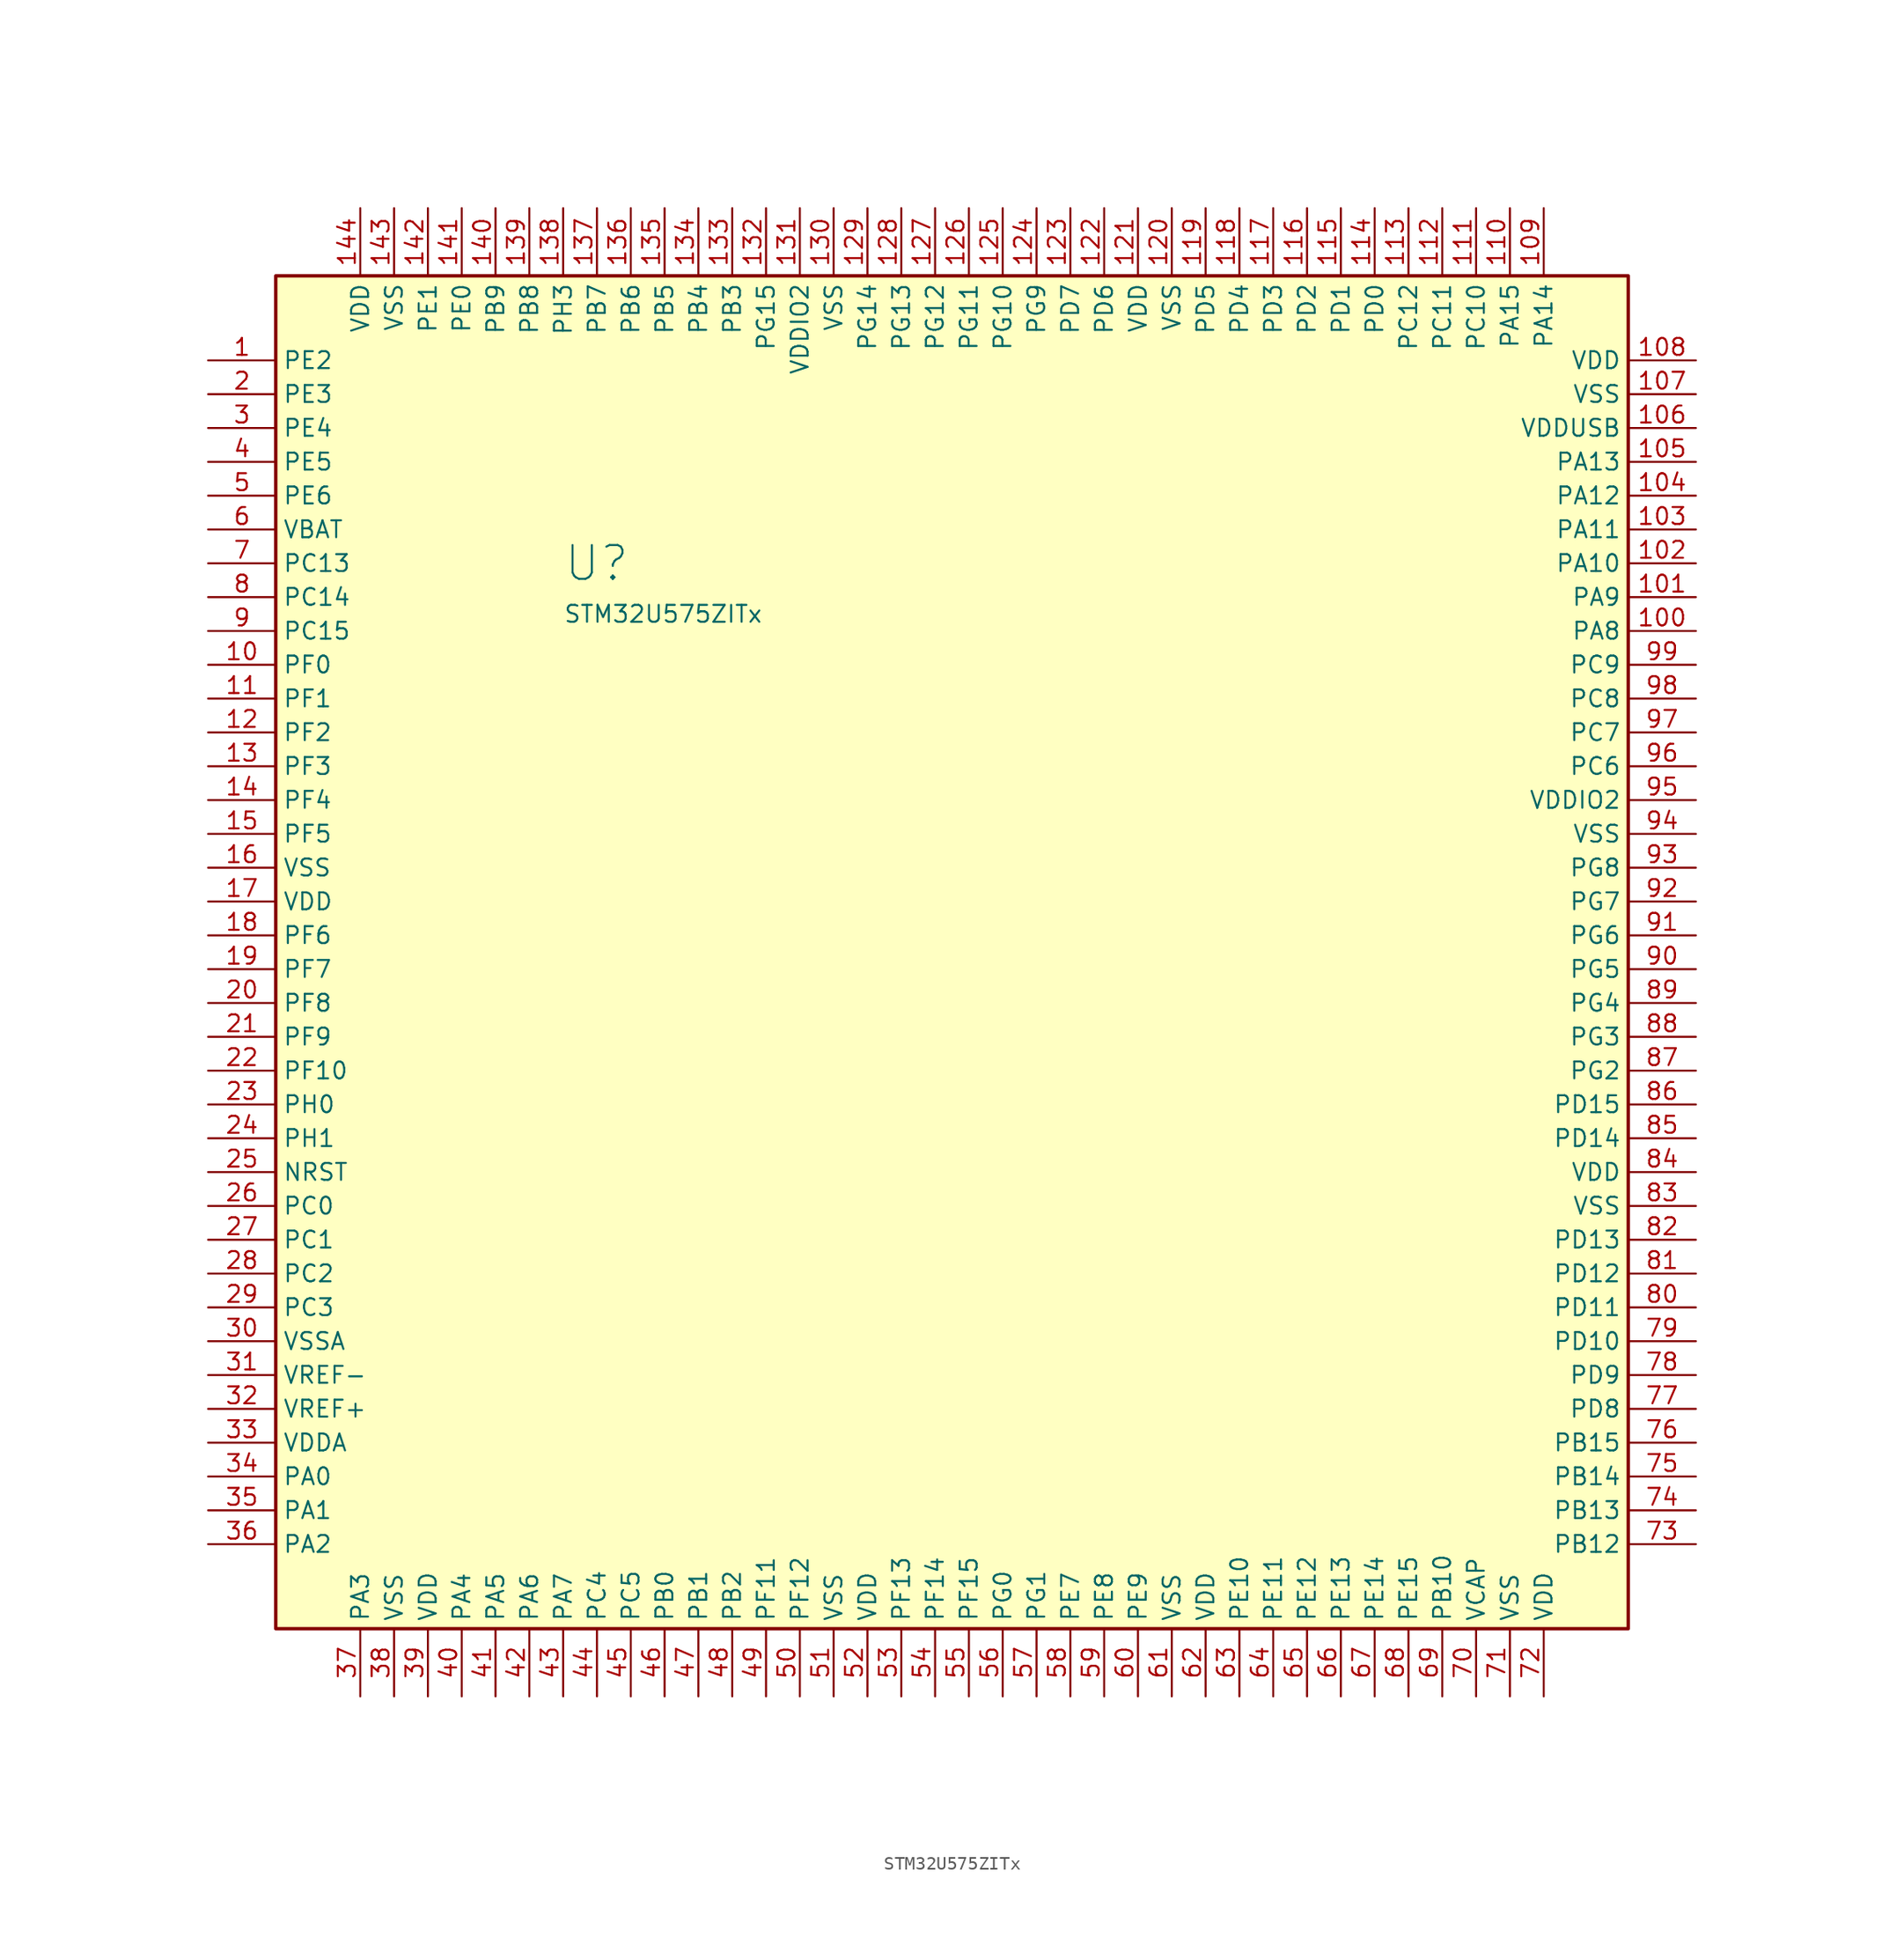
<source format=kicad_sym>
(kicad_symbol_lib
  (version 20220914)
  (generator kicad_symbol_editor)
  (symbol "STM32U575ZITx"
    (property "Reference" "U"
      (at -29.21 29.21 0)
      (effects (font (size 2.54 2.54)) (justify left)))
    (property "Value" "STM32U575ZITx"
      (at -29.21 25.4 0)
      (effects (font (size 1.27 1.27)) (justify left)))
    (property "ki_locked" ""
      (at 0 0 0)
      (effects (font (size 1.27 1.27))))
    (symbol "STM32U575ZITx_0_1"
      (rectangle (start -50.8 50.8) (end 50.8 -50.8) (stroke (width 0.254) (type default)) (fill (type background))))
    (symbol "STM32U575ZITx_1_1"
      (pin bidirectional line (at -55.88 44.45 0) (length 5.08) (name "PE2" (effects (font (size 1.27 1.27)))) (number "1" (effects (font (size 1.27 1.27)))) (alternate "DEBUG_TRACECLK" bidirectional line) (alternate "FMC_A23" bidirectional line) (alternate "SAI1_CK1" bidirectional line) (alternate "SAI1_MCLK_A" bidirectional line) (alternate "TIM3_ETR" bidirectional line) (alternate "TSC_G7_IO1" bidirectional line))
      (pin bidirectional line (at -55.88 21.59 0) (length 5.08) (name "PF0" (effects (font (size 1.27 1.27)))) (number "10" (effects (font (size 1.27 1.27)))) (alternate "FMC_A0" bidirectional line) (alternate "I2C2_SDA" bidirectional line) (alternate "OCTOSPIM_P2_IO0" bidirectional line))
      (pin bidirectional line (at 55.88 24.13 180) (length 5.08) (name "PA8" (effects (font (size 1.27 1.27)))) (number "100" (effects (font (size 1.27 1.27)))) (alternate "DEBUG_TRACECLK" bidirectional line) (alternate "LPTIM2_CH1" bidirectional line) (alternate "RCC_MCO" bidirectional line) (alternate "SAI1_CK2" bidirectional line) (alternate "SAI1_SCK_A" bidirectional line) (alternate "SPI1_RDY" bidirectional line) (alternate "TIM1_CH1" bidirectional line) (alternate "USART1_CK" bidirectional line) (alternate "USB_OTG_FS_SOF" bidirectional line))
      (pin bidirectional line (at 55.88 26.67 180) (length 5.08) (name "PA9" (effects (font (size 1.27 1.27)))) (number "101" (effects (font (size 1.27 1.27)))) (alternate "DAC1_EXTI9" bidirectional line) (alternate "DCMI_D0" bidirectional line) (alternate "PSSI_D0" bidirectional line) (alternate "SAI1_FS_A" bidirectional line) (alternate "SPI2_SCK" bidirectional line) (alternate "TIM15_BKIN" bidirectional line) (alternate "TIM1_CH2" bidirectional line) (alternate "USART1_TX" bidirectional line) (alternate "USB_OTG_FS_VBUS" bidirectional line))
      (pin bidirectional line (at 55.88 29.21 180) (length 5.08) (name "PA10" (effects (font (size 1.27 1.27)))) (number "102" (effects (font (size 1.27 1.27)))) (alternate "CRS_SYNC" bidirectional line) (alternate "DCMI_D1" bidirectional line) (alternate "LPTIM2_IN2" bidirectional line) (alternate "PSSI_D1" bidirectional line) (alternate "SAI1_D1" bidirectional line) (alternate "SAI1_SD_A" bidirectional line) (alternate "TIM17_BKIN" bidirectional line) (alternate "TIM1_CH3" bidirectional line) (alternate "USART1_RX" bidirectional line) (alternate "USB_OTG_FS_ID" bidirectional line))
      (pin bidirectional line (at 55.88 31.75 180) (length 5.08) (name "PA11" (effects (font (size 1.27 1.27)))) (number "103" (effects (font (size 1.27 1.27)))) (alternate "ADC1_EXTI11" bidirectional line) (alternate "FDCAN1_RX" bidirectional line) (alternate "SPI1_MISO" bidirectional line) (alternate "TIM1_BKIN2" bidirectional line) (alternate "TIM1_CH4" bidirectional line) (alternate "USART1_CTS" bidirectional line) (alternate "USB_OTG_FS_DM" bidirectional line))
      (pin bidirectional line (at 55.88 34.29 180) (length 5.08) (name "PA12" (effects (font (size 1.27 1.27)))) (number "104" (effects (font (size 1.27 1.27)))) (alternate "FDCAN1_TX" bidirectional line) (alternate "OCTOSPIM_P2_NCS" bidirectional line) (alternate "SPI1_MOSI" bidirectional line) (alternate "TIM1_ETR" bidirectional line) (alternate "USART1_DE" bidirectional line) (alternate "USART1_RTS" bidirectional line) (alternate "USB_OTG_FS_DP" bidirectional line))
      (pin bidirectional line (at 55.88 36.83 180) (length 5.08) (name "PA13" (effects (font (size 1.27 1.27)))) (number "105" (effects (font (size 1.27 1.27)))) (alternate "DEBUG_JTMS-SWDIO" bidirectional line) (alternate "IR_OUT" bidirectional line) (alternate "SAI1_SD_B" bidirectional line) (alternate "USB_OTG_FS_NOE" bidirectional line))
      (pin power_in line (at 55.88 39.37 180) (length 5.08) (name "VDDUSB" (effects (font (size 1.27 1.27)))) (number "106" (effects (font (size 1.27 1.27)))))
      (pin passive line (at 55.88 41.91 180) (length 5.08) (name "VSS" (effects (font (size 1.27 1.27)))) (number "107" (effects (font (size 1.27 1.27)))))
      (pin power_in line (at 55.88 44.45 180) (length 5.08) (name "VDD" (effects (font (size 1.27 1.27)))) (number "108" (effects (font (size 1.27 1.27)))))
      (pin bidirectional line (at 44.45 55.88 270) (length 5.08) (name "PA14" (effects (font (size 1.27 1.27)))) (number "109" (effects (font (size 1.27 1.27)))) (alternate "DEBUG_JTCK-SWCLK" bidirectional line) (alternate "I2C1_SMBA" bidirectional line) (alternate "I2C4_SMBA" bidirectional line) (alternate "LPTIM1_CH1" bidirectional line) (alternate "SAI1_FS_B" bidirectional line) (alternate "USB_OTG_FS_SOF" bidirectional line))
      (pin bidirectional line (at -55.88 19.05 0) (length 5.08) (name "PF1" (effects (font (size 1.27 1.27)))) (number "11" (effects (font (size 1.27 1.27)))) (alternate "FMC_A1" bidirectional line) (alternate "I2C2_SCL" bidirectional line) (alternate "OCTOSPIM_P2_IO1" bidirectional line))
      (pin bidirectional line (at 41.91 55.88 270) (length 5.08) (name "PA15" (effects (font (size 1.27 1.27)))) (number "110" (effects (font (size 1.27 1.27)))) (alternate "ADC1_EXTI15" bidirectional line) (alternate "ADC4_EXTI15" bidirectional line) (alternate "DEBUG_JTDI" bidirectional line) (alternate "SAI2_FS_B" bidirectional line) (alternate "SPI1_NSS" bidirectional line) (alternate "SPI3_NSS" bidirectional line) (alternate "TIM2_CH1" bidirectional line) (alternate "TIM2_ETR" bidirectional line) (alternate "UART4_DE" bidirectional line) (alternate "UART4_RTS" bidirectional line) (alternate "UCPD1_CC1" bidirectional line) (alternate "USART2_RX" bidirectional line) (alternate "USART3_DE" bidirectional line) (alternate "USART3_RTS" bidirectional line))
      (pin bidirectional line (at 39.37 55.88 270) (length 5.08) (name "PC10" (effects (font (size 1.27 1.27)))) (number "111" (effects (font (size 1.27 1.27)))) (alternate "ADF1_CCK1" bidirectional line) (alternate "DCMI_D8" bidirectional line) (alternate "DEBUG_TRACED1" bidirectional line) (alternate "LPTIM3_ETR" bidirectional line) (alternate "PSSI_D8" bidirectional line) (alternate "SAI2_SCK_B" bidirectional line) (alternate "SDMMC1_D2" bidirectional line) (alternate "SPI3_SCK" bidirectional line) (alternate "TSC_G3_IO2" bidirectional line) (alternate "UART4_TX" bidirectional line) (alternate "USART3_TX" bidirectional line))
      (pin bidirectional line (at 36.83 55.88 270) (length 5.08) (name "PC11" (effects (font (size 1.27 1.27)))) (number "112" (effects (font (size 1.27 1.27)))) (alternate "ADC1_EXTI11" bidirectional line) (alternate "ADF1_SDI0" bidirectional line) (alternate "DCMI_D2" bidirectional line) (alternate "DCMI_D4" bidirectional line) (alternate "LPTIM3_IN1" bidirectional line) (alternate "OCTOSPIM_P1_NCS" bidirectional line) (alternate "PSSI_D2" bidirectional line) (alternate "PSSI_D4" bidirectional line) (alternate "SAI2_MCLK_B" bidirectional line) (alternate "SDMMC1_D3" bidirectional line) (alternate "SPI3_MISO" bidirectional line) (alternate "TSC_G3_IO3" bidirectional line) (alternate "UART4_RX" bidirectional line) (alternate "UCPD1_FRSTX2" bidirectional line) (alternate "USART3_RX" bidirectional line))
      (pin bidirectional line (at 34.29 55.88 270) (length 5.08) (name "PC12" (effects (font (size 1.27 1.27)))) (number "113" (effects (font (size 1.27 1.27)))) (alternate "DCMI_D9" bidirectional line) (alternate "DEBUG_TRACED3" bidirectional line) (alternate "PSSI_D9" bidirectional line) (alternate "SAI2_SD_B" bidirectional line) (alternate "SDMMC1_CK" bidirectional line) (alternate "SPI3_MOSI" bidirectional line) (alternate "TSC_G3_IO4" bidirectional line) (alternate "UART5_TX" bidirectional line) (alternate "USART3_CK" bidirectional line))
      (pin bidirectional line (at 31.75 55.88 270) (length 5.08) (name "PD0" (effects (font (size 1.27 1.27)))) (number "114" (effects (font (size 1.27 1.27)))) (alternate "FDCAN1_RX" bidirectional line) (alternate "FMC_D2" bidirectional line) (alternate "FMC_DA2" bidirectional line) (alternate "SPI2_NSS" bidirectional line) (alternate "TIM8_CH4N" bidirectional line))
      (pin bidirectional line (at 29.21 55.88 270) (length 5.08) (name "PD1" (effects (font (size 1.27 1.27)))) (number "115" (effects (font (size 1.27 1.27)))) (alternate "FDCAN1_TX" bidirectional line) (alternate "FMC_D3" bidirectional line) (alternate "FMC_DA3" bidirectional line) (alternate "SPI2_SCK" bidirectional line))
      (pin bidirectional line (at 26.67 55.88 270) (length 5.08) (name "PD2" (effects (font (size 1.27 1.27)))) (number "116" (effects (font (size 1.27 1.27)))) (alternate "DCMI_D11" bidirectional line) (alternate "DEBUG_TRACED2" bidirectional line) (alternate "LPTIM4_ETR" bidirectional line) (alternate "PSSI_D11" bidirectional line) (alternate "SDMMC1_CMD" bidirectional line) (alternate "TIM3_ETR" bidirectional line) (alternate "TSC_SYNC" bidirectional line) (alternate "UART5_RX" bidirectional line) (alternate "USART3_DE" bidirectional line) (alternate "USART3_RTS" bidirectional line))
      (pin bidirectional line (at 24.13 55.88 270) (length 5.08) (name "PD3" (effects (font (size 1.27 1.27)))) (number "117" (effects (font (size 1.27 1.27)))) (alternate "DCMI_D5" bidirectional line) (alternate "FMC_CLK" bidirectional line) (alternate "MDF1_SDI0" bidirectional line) (alternate "OCTOSPIM_P2_NCS" bidirectional line) (alternate "PSSI_D5" bidirectional line) (alternate "SPI2_MISO" bidirectional line) (alternate "SPI2_SCK" bidirectional line) (alternate "USART2_CTS" bidirectional line))
      (pin bidirectional line (at 21.59 55.88 270) (length 5.08) (name "PD4" (effects (font (size 1.27 1.27)))) (number "118" (effects (font (size 1.27 1.27)))) (alternate "FMC_NOE" bidirectional line) (alternate "MDF1_CKI0" bidirectional line) (alternate "OCTOSPIM_P1_IO4" bidirectional line) (alternate "SPI2_MOSI" bidirectional line) (alternate "USART2_DE" bidirectional line) (alternate "USART2_RTS" bidirectional line))
      (pin bidirectional line (at 19.05 55.88 270) (length 5.08) (name "PD5" (effects (font (size 1.27 1.27)))) (number "119" (effects (font (size 1.27 1.27)))) (alternate "FMC_NWE" bidirectional line) (alternate "OCTOSPIM_P1_IO5" bidirectional line) (alternate "SPI2_RDY" bidirectional line) (alternate "USART2_TX" bidirectional line))
      (pin bidirectional line (at -55.88 16.51 0) (length 5.08) (name "PF2" (effects (font (size 1.27 1.27)))) (number "12" (effects (font (size 1.27 1.27)))) (alternate "FMC_A2" bidirectional line) (alternate "I2C2_SMBA" bidirectional line) (alternate "LPTIM3_CH2" bidirectional line) (alternate "OCTOSPIM_P2_IO2" bidirectional line) (alternate "PWR_WKUP8" bidirectional line))
      (pin passive line (at 16.51 55.88 270) (length 5.08) (name "VSS" (effects (font (size 1.27 1.27)))) (number "120" (effects (font (size 1.27 1.27)))))
      (pin power_in line (at 13.97 55.88 270) (length 5.08) (name "VDD" (effects (font (size 1.27 1.27)))) (number "121" (effects (font (size 1.27 1.27)))))
      (pin bidirectional line (at 11.43 55.88 270) (length 5.08) (name "PD6" (effects (font (size 1.27 1.27)))) (number "122" (effects (font (size 1.27 1.27)))) (alternate "DCMI_D10" bidirectional line) (alternate "FMC_NWAIT" bidirectional line) (alternate "MDF1_SDI1" bidirectional line) (alternate "OCTOSPIM_P1_IO6" bidirectional line) (alternate "PSSI_D10" bidirectional line) (alternate "SAI1_D1" bidirectional line) (alternate "SAI1_SD_A" bidirectional line) (alternate "SDMMC2_CK" bidirectional line) (alternate "SPI3_MOSI" bidirectional line) (alternate "USART2_RX" bidirectional line))
      (pin bidirectional line (at 8.89 55.88 270) (length 5.08) (name "PD7" (effects (font (size 1.27 1.27)))) (number "123" (effects (font (size 1.27 1.27)))) (alternate "FMC_NCE" bidirectional line) (alternate "FMC_NE1" bidirectional line) (alternate "LPTIM4_OUT" bidirectional line) (alternate "MDF1_CKI1" bidirectional line) (alternate "OCTOSPIM_P1_IO7" bidirectional line) (alternate "SDMMC2_CMD" bidirectional line) (alternate "USART2_CK" bidirectional line))
      (pin bidirectional line (at 6.35 55.88 270) (length 5.08) (name "PG9" (effects (font (size 1.27 1.27)))) (number "124" (effects (font (size 1.27 1.27)))) (alternate "DAC1_EXTI9" bidirectional line) (alternate "FMC_NCE" bidirectional line) (alternate "FMC_NE2" bidirectional line) (alternate "OCTOSPIM_P2_IO6" bidirectional line) (alternate "SAI2_SCK_A" bidirectional line) (alternate "SPI3_SCK" bidirectional line) (alternate "TIM15_CH1N" bidirectional line) (alternate "USART1_TX" bidirectional line))
      (pin bidirectional line (at 3.81 55.88 270) (length 5.08) (name "PG10" (effects (font (size 1.27 1.27)))) (number "125" (effects (font (size 1.27 1.27)))) (alternate "FMC_NE3" bidirectional line) (alternate "LPTIM1_IN1" bidirectional line) (alternate "OCTOSPIM_P2_IO7" bidirectional line) (alternate "SAI2_FS_A" bidirectional line) (alternate "SPI3_MISO" bidirectional line) (alternate "TIM15_CH1" bidirectional line) (alternate "USART1_RX" bidirectional line))
      (pin bidirectional line (at 1.27 55.88 270) (length 5.08) (name "PG11" (effects (font (size 1.27 1.27)))) (number "126" (effects (font (size 1.27 1.27)))) (alternate "ADC1_EXTI11" bidirectional line) (alternate "LPTIM1_IN2" bidirectional line) (alternate "OCTOSPIM_P1_IO5" bidirectional line) (alternate "SAI2_MCLK_A" bidirectional line) (alternate "SPI3_MOSI" bidirectional line) (alternate "TIM15_CH2" bidirectional line) (alternate "USART1_CTS" bidirectional line))
      (pin bidirectional line (at -1.27 55.88 270) (length 5.08) (name "PG12" (effects (font (size 1.27 1.27)))) (number "127" (effects (font (size 1.27 1.27)))) (alternate "FMC_NE4" bidirectional line) (alternate "LPTIM1_ETR" bidirectional line) (alternate "OCTOSPIM_P2_NCS" bidirectional line) (alternate "SAI2_SD_A" bidirectional line) (alternate "SPI3_NSS" bidirectional line) (alternate "USART1_DE" bidirectional line) (alternate "USART1_RTS" bidirectional line))
      (pin bidirectional line (at -3.81 55.88 270) (length 5.08) (name "PG13" (effects (font (size 1.27 1.27)))) (number "128" (effects (font (size 1.27 1.27)))) (alternate "FMC_A24" bidirectional line) (alternate "I2C1_SDA" bidirectional line) (alternate "SPI3_RDY" bidirectional line) (alternate "USART1_CK" bidirectional line))
      (pin bidirectional line (at -6.35 55.88 270) (length 5.08) (name "PG14" (effects (font (size 1.27 1.27)))) (number "129" (effects (font (size 1.27 1.27)))) (alternate "FMC_A25" bidirectional line) (alternate "I2C1_SCL" bidirectional line) (alternate "LPTIM1_CH2" bidirectional line))
      (pin bidirectional line (at -55.88 13.97 0) (length 5.08) (name "PF3" (effects (font (size 1.27 1.27)))) (number "13" (effects (font (size 1.27 1.27)))) (alternate "FMC_A3" bidirectional line) (alternate "LPTIM3_IN1" bidirectional line) (alternate "OCTOSPIM_P2_IO3" bidirectional line))
      (pin passive line (at -8.89 55.88 270) (length 5.08) (name "VSS" (effects (font (size 1.27 1.27)))) (number "130" (effects (font (size 1.27 1.27)))))
      (pin power_in line (at -11.43 55.88 270) (length 5.08) (name "VDDIO2" (effects (font (size 1.27 1.27)))) (number "131" (effects (font (size 1.27 1.27)))))
      (pin bidirectional line (at -13.97 55.88 270) (length 5.08) (name "PG15" (effects (font (size 1.27 1.27)))) (number "132" (effects (font (size 1.27 1.27)))) (alternate "ADC1_EXTI15" bidirectional line) (alternate "ADC4_EXTI15" bidirectional line) (alternate "DCMI_D13" bidirectional line) (alternate "I2C1_SMBA" bidirectional line) (alternate "LPTIM1_CH1" bidirectional line) (alternate "OCTOSPIM_P2_DQS" bidirectional line) (alternate "PSSI_D13" bidirectional line))
      (pin bidirectional line (at -16.51 55.88 270) (length 5.08) (name "PB3" (effects (font (size 1.27 1.27)))) (number "133" (effects (font (size 1.27 1.27)))) (alternate "ADF1_CCK0" bidirectional line) (alternate "COMP2_INM" bidirectional line) (alternate "CRS_SYNC" bidirectional line) (alternate "DEBUG_JTDO-SWO" bidirectional line) (alternate "I2C1_SDA" bidirectional line) (alternate "LPTIM1_CH1" bidirectional line) (alternate "SAI1_SCK_B" bidirectional line) (alternate "SDMMC2_D2" bidirectional line) (alternate "SPI1_SCK" bidirectional line) (alternate "SPI3_SCK" bidirectional line) (alternate "TIM2_CH2" bidirectional line) (alternate "USART1_DE" bidirectional line) (alternate "USART1_RTS" bidirectional line))
      (pin bidirectional line (at -19.05 55.88 270) (length 5.08) (name "PB4" (effects (font (size 1.27 1.27)))) (number "134" (effects (font (size 1.27 1.27)))) (alternate "ADF1_SDI0" bidirectional line) (alternate "COMP2_INP" bidirectional line) (alternate "DCMI_D12" bidirectional line) (alternate "DEBUG_JTRST" bidirectional line) (alternate "I2C3_SDA" bidirectional line) (alternate "LPTIM1_CH2" bidirectional line) (alternate "PSSI_D12" bidirectional line) (alternate "SAI1_MCLK_B" bidirectional line) (alternate "SDMMC2_D3" bidirectional line) (alternate "SPI1_MISO" bidirectional line) (alternate "SPI3_MISO" bidirectional line) (alternate "TIM17_BKIN" bidirectional line) (alternate "TIM3_CH1" bidirectional line) (alternate "TSC_G2_IO1" bidirectional line) (alternate "UART5_DE" bidirectional line) (alternate "UART5_RTS" bidirectional line) (alternate "USART1_CTS" bidirectional line))
      (pin bidirectional line (at -21.59 55.88 270) (length 5.08) (name "PB5" (effects (font (size 1.27 1.27)))) (number "135" (effects (font (size 1.27 1.27)))) (alternate "COMP2_OUT" bidirectional line) (alternate "DCMI_D10" bidirectional line) (alternate "I2C1_SMBA" bidirectional line) (alternate "LPTIM1_IN1" bidirectional line) (alternate "OCTOSPIM_P1_NCLK" bidirectional line) (alternate "PSSI_D10" bidirectional line) (alternate "PWR_WKUP6" bidirectional line) (alternate "SAI1_SD_B" bidirectional line) (alternate "SPI1_MOSI" bidirectional line) (alternate "SPI3_MOSI" bidirectional line) (alternate "TIM16_BKIN" bidirectional line) (alternate "TIM3_CH2" bidirectional line) (alternate "TSC_G2_IO2" bidirectional line) (alternate "UART5_CTS" bidirectional line) (alternate "UCPD1_DBCC1" bidirectional line) (alternate "USART1_CK" bidirectional line))
      (pin bidirectional line (at -24.13 55.88 270) (length 5.08) (name "PB6" (effects (font (size 1.27 1.27)))) (number "136" (effects (font (size 1.27 1.27)))) (alternate "COMP2_INP" bidirectional line) (alternate "DCMI_D5" bidirectional line) (alternate "I2C1_SCL" bidirectional line) (alternate "I2C4_SCL" bidirectional line) (alternate "LPTIM1_ETR" bidirectional line) (alternate "MDF1_SDI5" bidirectional line) (alternate "PSSI_D5" bidirectional line) (alternate "PWR_WKUP3" bidirectional line) (alternate "SAI1_FS_B" bidirectional line) (alternate "TIM16_CH1N" bidirectional line) (alternate "TIM4_CH1" bidirectional line) (alternate "TIM8_BKIN2" bidirectional line) (alternate "TSC_G2_IO3" bidirectional line) (alternate "USART1_TX" bidirectional line))
      (pin bidirectional line (at -26.67 55.88 270) (length 5.08) (name "PB7" (effects (font (size 1.27 1.27)))) (number "137" (effects (font (size 1.27 1.27)))) (alternate "COMP2_INM" bidirectional line) (alternate "DCMI_VSYNC" bidirectional line) (alternate "FMC_NL" bidirectional line) (alternate "I2C1_SDA" bidirectional line) (alternate "I2C4_SDA" bidirectional line) (alternate "LPTIM1_IN2" bidirectional line) (alternate "MDF1_CKI5" bidirectional line) (alternate "PSSI_RDY" bidirectional line) (alternate "PWR_PVD_IN" bidirectional line) (alternate "PWR_WKUP4" bidirectional line) (alternate "TIM17_CH1N" bidirectional line) (alternate "TIM4_CH2" bidirectional line) (alternate "TIM8_BKIN" bidirectional line) (alternate "TSC_G2_IO4" bidirectional line) (alternate "UART4_CTS" bidirectional line) (alternate "USART1_RX" bidirectional line))
      (pin bidirectional line (at -29.21 55.88 270) (length 5.08) (name "PH3" (effects (font (size 1.27 1.27)))) (number "138" (effects (font (size 1.27 1.27)))))
      (pin bidirectional line (at -31.75 55.88 270) (length 5.08) (name "PB8" (effects (font (size 1.27 1.27)))) (number "139" (effects (font (size 1.27 1.27)))) (alternate "DCMI_D6" bidirectional line) (alternate "FDCAN1_RX" bidirectional line) (alternate "I2C1_SCL" bidirectional line) (alternate "MDF1_CCK0" bidirectional line) (alternate "PSSI_D6" bidirectional line) (alternate "PWR_WKUP5" bidirectional line) (alternate "SAI1_CK1" bidirectional line) (alternate "SAI1_MCLK_A" bidirectional line) (alternate "SDMMC1_CKIN" bidirectional line) (alternate "SDMMC1_D4" bidirectional line) (alternate "SDMMC2_D4" bidirectional line) (alternate "SPI3_RDY" bidirectional line) (alternate "TIM16_CH1" bidirectional line) (alternate "TIM4_CH3" bidirectional line))
      (pin bidirectional line (at -55.88 11.43 0) (length 5.08) (name "PF4" (effects (font (size 1.27 1.27)))) (number "14" (effects (font (size 1.27 1.27)))) (alternate "FMC_A4" bidirectional line) (alternate "LPTIM3_ETR" bidirectional line) (alternate "OCTOSPIM_P2_CLK" bidirectional line))
      (pin bidirectional line (at -34.29 55.88 270) (length 5.08) (name "PB9" (effects (font (size 1.27 1.27)))) (number "140" (effects (font (size 1.27 1.27)))) (alternate "DAC1_EXTI9" bidirectional line) (alternate "DCMI_D7" bidirectional line) (alternate "FDCAN1_TX" bidirectional line) (alternate "I2C1_SDA" bidirectional line) (alternate "IR_OUT" bidirectional line) (alternate "PSSI_D7" bidirectional line) (alternate "SAI1_D2" bidirectional line) (alternate "SAI1_FS_A" bidirectional line) (alternate "SDMMC1_CDIR" bidirectional line) (alternate "SDMMC1_D5" bidirectional line) (alternate "SDMMC2_D5" bidirectional line) (alternate "SPI2_NSS" bidirectional line) (alternate "TIM17_CH1" bidirectional line) (alternate "TIM4_CH4" bidirectional line))
      (pin bidirectional line (at -36.83 55.88 270) (length 5.08) (name "PE0" (effects (font (size 1.27 1.27)))) (number "141" (effects (font (size 1.27 1.27)))) (alternate "DCMI_D2" bidirectional line) (alternate "FMC_NBL0" bidirectional line) (alternate "PSSI_D2" bidirectional line) (alternate "TIM16_CH1" bidirectional line) (alternate "TIM4_ETR" bidirectional line))
      (pin bidirectional line (at -39.37 55.88 270) (length 5.08) (name "PE1" (effects (font (size 1.27 1.27)))) (number "142" (effects (font (size 1.27 1.27)))) (alternate "DCMI_D3" bidirectional line) (alternate "FMC_NBL1" bidirectional line) (alternate "PSSI_D3" bidirectional line) (alternate "TIM17_CH1" bidirectional line))
      (pin passive line (at -41.91 55.88 270) (length 5.08) (name "VSS" (effects (font (size 1.27 1.27)))) (number "143" (effects (font (size 1.27 1.27)))))
      (pin power_in line (at -44.45 55.88 270) (length 5.08) (name "VDD" (effects (font (size 1.27 1.27)))) (number "144" (effects (font (size 1.27 1.27)))))
      (pin bidirectional line (at -55.88 8.89 0) (length 5.08) (name "PF5" (effects (font (size 1.27 1.27)))) (number "15" (effects (font (size 1.27 1.27)))) (alternate "FMC_A5" bidirectional line) (alternate "LPTIM3_CH1" bidirectional line) (alternate "OCTOSPIM_P2_NCLK" bidirectional line))
      (pin power_in line (at -55.88 6.35 0) (length 5.08) (name "VSS" (effects (font (size 1.27 1.27)))) (number "16" (effects (font (size 1.27 1.27)))))
      (pin power_in line (at -55.88 3.81 0) (length 5.08) (name "VDD" (effects (font (size 1.27 1.27)))) (number "17" (effects (font (size 1.27 1.27)))))
      (pin bidirectional line (at -55.88 1.27 0) (length 5.08) (name "PF6" (effects (font (size 1.27 1.27)))) (number "18" (effects (font (size 1.27 1.27)))) (alternate "DCMI_D12" bidirectional line) (alternate "OCTOSPIM_P1_IO3" bidirectional line) (alternate "OCTOSPIM_P2_NCS" bidirectional line) (alternate "PSSI_D12" bidirectional line) (alternate "SAI1_SD_B" bidirectional line) (alternate "TIM5_CH1" bidirectional line) (alternate "TIM5_ETR" bidirectional line))
      (pin bidirectional line (at -55.88 -1.27 0) (length 5.08) (name "PF7" (effects (font (size 1.27 1.27)))) (number "19" (effects (font (size 1.27 1.27)))) (alternate "FDCAN1_RX" bidirectional line) (alternate "OCTOSPIM_P1_IO2" bidirectional line) (alternate "SAI1_MCLK_B" bidirectional line) (alternate "TIM5_CH2" bidirectional line))
      (pin bidirectional line (at -55.88 41.91 0) (length 5.08) (name "PE3" (effects (font (size 1.27 1.27)))) (number "2" (effects (font (size 1.27 1.27)))) (alternate "DEBUG_TRACED0" bidirectional line) (alternate "FMC_A19" bidirectional line) (alternate "OCTOSPIM_P1_DQS" bidirectional line) (alternate "SAI1_SD_B" bidirectional line) (alternate "TAMP_IN6" bidirectional line) (alternate "TAMP_OUT3" bidirectional line) (alternate "TIM3_CH1" bidirectional line) (alternate "TSC_G7_IO2" bidirectional line))
      (pin bidirectional line (at -55.88 -3.81 0) (length 5.08) (name "PF8" (effects (font (size 1.27 1.27)))) (number "20" (effects (font (size 1.27 1.27)))) (alternate "FDCAN1_TX" bidirectional line) (alternate "OCTOSPIM_P1_IO0" bidirectional line) (alternate "PSSI_D14" bidirectional line) (alternate "SAI1_SCK_B" bidirectional line) (alternate "TIM5_CH3" bidirectional line))
      (pin bidirectional line (at -55.88 -6.35 0) (length 5.08) (name "PF9" (effects (font (size 1.27 1.27)))) (number "21" (effects (font (size 1.27 1.27)))) (alternate "DAC1_EXTI9" bidirectional line) (alternate "OCTOSPIM_P1_IO1" bidirectional line) (alternate "PSSI_D15" bidirectional line) (alternate "SAI1_FS_B" bidirectional line) (alternate "TIM15_CH1" bidirectional line) (alternate "TIM5_CH4" bidirectional line))
      (pin bidirectional line (at -55.88 -8.89 0) (length 5.08) (name "PF10" (effects (font (size 1.27 1.27)))) (number "22" (effects (font (size 1.27 1.27)))) (alternate "DCMI_D11" bidirectional line) (alternate "MDF1_CCK1" bidirectional line) (alternate "OCTOSPIM_P1_CLK" bidirectional line) (alternate "PSSI_D11" bidirectional line) (alternate "PSSI_D15" bidirectional line) (alternate "SAI1_D3" bidirectional line) (alternate "TIM15_CH2" bidirectional line))
      (pin bidirectional line (at -55.88 -11.43 0) (length 5.08) (name "PH0" (effects (font (size 1.27 1.27)))) (number "23" (effects (font (size 1.27 1.27)))) (alternate "RCC_OSC_IN" bidirectional line))
      (pin bidirectional line (at -55.88 -13.97 0) (length 5.08) (name "PH1" (effects (font (size 1.27 1.27)))) (number "24" (effects (font (size 1.27 1.27)))) (alternate "RCC_OSC_OUT" bidirectional line))
      (pin input line (at -55.88 -16.51 0) (length 5.08) (name "NRST" (effects (font (size 1.27 1.27)))) (number "25" (effects (font (size 1.27 1.27)))))
      (pin bidirectional line (at -55.88 -19.05 0) (length 5.08) (name "PC0" (effects (font (size 1.27 1.27)))) (number "26" (effects (font (size 1.27 1.27)))) (alternate "ADC1_IN1" bidirectional line) (alternate "ADC4_IN1" bidirectional line) (alternate "I2C3_SCL" bidirectional line) (alternate "LPTIM1_IN1" bidirectional line) (alternate "LPTIM2_IN1" bidirectional line) (alternate "LPUART1_RX" bidirectional line) (alternate "MDF1_SDI4" bidirectional line) (alternate "OCTOSPIM_P1_IO7" bidirectional line) (alternate "SAI2_FS_A" bidirectional line) (alternate "SDMMC1_D5" bidirectional line) (alternate "SPI2_RDY" bidirectional line))
      (pin bidirectional line (at -55.88 -21.59 0) (length 5.08) (name "PC1" (effects (font (size 1.27 1.27)))) (number "27" (effects (font (size 1.27 1.27)))) (alternate "ADC1_IN2" bidirectional line) (alternate "ADC4_IN2" bidirectional line) (alternate "DEBUG_TRACED0" bidirectional line) (alternate "I2C3_SDA" bidirectional line) (alternate "LPTIM1_CH1" bidirectional line) (alternate "LPUART1_TX" bidirectional line) (alternate "MDF1_CKI4" bidirectional line) (alternate "OCTOSPIM_P1_IO4" bidirectional line) (alternate "SAI1_SD_A" bidirectional line) (alternate "SDMMC2_CK" bidirectional line) (alternate "SPI2_MOSI" bidirectional line))
      (pin bidirectional line (at -55.88 -24.13 0) (length 5.08) (name "PC2" (effects (font (size 1.27 1.27)))) (number "28" (effects (font (size 1.27 1.27)))) (alternate "ADC1_IN3" bidirectional line) (alternate "ADC4_IN3" bidirectional line) (alternate "LPTIM1_IN2" bidirectional line) (alternate "MDF1_CCK1" bidirectional line) (alternate "OCTOSPIM_P1_IO5" bidirectional line) (alternate "SPI2_MISO" bidirectional line))
      (pin bidirectional line (at -55.88 -26.67 0) (length 5.08) (name "PC3" (effects (font (size 1.27 1.27)))) (number "29" (effects (font (size 1.27 1.27)))) (alternate "ADC1_IN4" bidirectional line) (alternate "ADC4_IN4" bidirectional line) (alternate "LPTIM1_ETR" bidirectional line) (alternate "LPTIM2_ETR" bidirectional line) (alternate "LPTIM3_CH1" bidirectional line) (alternate "OCTOSPIM_P1_IO6" bidirectional line) (alternate "SAI1_D1" bidirectional line) (alternate "SAI1_SD_A" bidirectional line) (alternate "SPI2_MOSI" bidirectional line))
      (pin bidirectional line (at -55.88 39.37 0) (length 5.08) (name "PE4" (effects (font (size 1.27 1.27)))) (number "3" (effects (font (size 1.27 1.27)))) (alternate "DCMI_D4" bidirectional line) (alternate "DEBUG_TRACED1" bidirectional line) (alternate "FMC_A20" bidirectional line) (alternate "MDF1_SDI3" bidirectional line) (alternate "PSSI_D4" bidirectional line) (alternate "PWR_WKUP1" bidirectional line) (alternate "SAI1_D2" bidirectional line) (alternate "SAI1_FS_A" bidirectional line) (alternate "TAMP_IN7" bidirectional line) (alternate "TAMP_OUT8" bidirectional line) (alternate "TIM3_CH2" bidirectional line) (alternate "TSC_G7_IO3" bidirectional line))
      (pin power_in line (at -55.88 -29.21 0) (length 5.08) (name "VSSA" (effects (font (size 1.27 1.27)))) (number "30" (effects (font (size 1.27 1.27)))))
      (pin input line (at -55.88 -31.75 0) (length 5.08) (name "VREF-" (effects (font (size 1.27 1.27)))) (number "31" (effects (font (size 1.27 1.27)))))
      (pin input line (at -55.88 -34.29 0) (length 5.08) (name "VREF+" (effects (font (size 1.27 1.27)))) (number "32" (effects (font (size 1.27 1.27)))) (alternate "VREFBUF_OUT" bidirectional line))
      (pin power_in line (at -55.88 -36.83 0) (length 5.08) (name "VDDA" (effects (font (size 1.27 1.27)))) (number "33" (effects (font (size 1.27 1.27)))))
      (pin bidirectional line (at -55.88 -39.37 0) (length 5.08) (name "PA0" (effects (font (size 1.27 1.27)))) (number "34" (effects (font (size 1.27 1.27)))) (alternate "ADC1_IN5" bidirectional line) (alternate "AUDIOCLK" bidirectional line) (alternate "OCTOSPIM_P2_NCS" bidirectional line) (alternate "OPAMP1_VINP" bidirectional line) (alternate "PWR_WKUP1" bidirectional line) (alternate "SDMMC2_CMD" bidirectional line) (alternate "SPI3_RDY" bidirectional line) (alternate "TAMP_IN2" bidirectional line) (alternate "TAMP_OUT1" bidirectional line) (alternate "TIM2_CH1" bidirectional line) (alternate "TIM2_ETR" bidirectional line) (alternate "TIM5_CH1" bidirectional line) (alternate "TIM8_ETR" bidirectional line) (alternate "UART4_TX" bidirectional line) (alternate "USART2_CTS" bidirectional line))
      (pin bidirectional line (at -55.88 -41.91 0) (length 5.08) (name "PA1" (effects (font (size 1.27 1.27)))) (number "35" (effects (font (size 1.27 1.27)))) (alternate "ADC1_IN6" bidirectional line) (alternate "I2C1_SMBA" bidirectional line) (alternate "LPTIM1_CH2" bidirectional line) (alternate "OCTOSPIM_P1_DQS" bidirectional line) (alternate "OPAMP1_VINM" bidirectional line) (alternate "PWR_WKUP3" bidirectional line) (alternate "SPI1_SCK" bidirectional line) (alternate "TAMP_IN5" bidirectional line) (alternate "TAMP_OUT4" bidirectional line) (alternate "TIM15_CH1N" bidirectional line) (alternate "TIM2_CH2" bidirectional line) (alternate "TIM5_CH2" bidirectional line) (alternate "UART4_RX" bidirectional line) (alternate "USART2_DE" bidirectional line) (alternate "USART2_RTS" bidirectional line))
      (pin bidirectional line (at -55.88 -44.45 0) (length 5.08) (name "PA2" (effects (font (size 1.27 1.27)))) (number "36" (effects (font (size 1.27 1.27)))) (alternate "ADC1_IN7" bidirectional line) (alternate "COMP1_INP" bidirectional line) (alternate "LPUART1_TX" bidirectional line) (alternate "OCTOSPIM_P1_NCS" bidirectional line) (alternate "PWR_WKUP4" bidirectional line) (alternate "RCC_LSCO" bidirectional line) (alternate "SPI1_RDY" bidirectional line) (alternate "TIM15_CH1" bidirectional line) (alternate "TIM2_CH3" bidirectional line) (alternate "TIM5_CH3" bidirectional line) (alternate "UCPD1_FRSTX1" bidirectional line) (alternate "USART2_TX" bidirectional line))
      (pin bidirectional line (at -44.45 -55.88 90) (length 5.08) (name "PA3" (effects (font (size 1.27 1.27)))) (number "37" (effects (font (size 1.27 1.27)))) (alternate "ADC1_IN8" bidirectional line) (alternate "LPUART1_RX" bidirectional line) (alternate "OCTOSPIM_P1_CLK" bidirectional line) (alternate "OPAMP1_VOUT" bidirectional line) (alternate "PWR_WKUP5" bidirectional line) (alternate "SAI1_CK1" bidirectional line) (alternate "SAI1_MCLK_A" bidirectional line) (alternate "TIM15_CH2" bidirectional line) (alternate "TIM2_CH4" bidirectional line) (alternate "TIM5_CH4" bidirectional line) (alternate "USART2_RX" bidirectional line))
      (pin passive line (at -41.91 -55.88 90) (length 5.08) (name "VSS" (effects (font (size 1.27 1.27)))) (number "38" (effects (font (size 1.27 1.27)))))
      (pin power_in line (at -39.37 -55.88 90) (length 5.08) (name "VDD" (effects (font (size 1.27 1.27)))) (number "39" (effects (font (size 1.27 1.27)))))
      (pin bidirectional line (at -55.88 36.83 0) (length 5.08) (name "PE5" (effects (font (size 1.27 1.27)))) (number "4" (effects (font (size 1.27 1.27)))) (alternate "DCMI_D6" bidirectional line) (alternate "DEBUG_TRACED2" bidirectional line) (alternate "FMC_A21" bidirectional line) (alternate "MDF1_CKI3" bidirectional line) (alternate "PSSI_D6" bidirectional line) (alternate "PWR_WKUP2" bidirectional line) (alternate "SAI1_CK2" bidirectional line) (alternate "SAI1_SCK_A" bidirectional line) (alternate "TAMP_IN8" bidirectional line) (alternate "TAMP_OUT7" bidirectional line) (alternate "TIM3_CH3" bidirectional line) (alternate "TSC_G7_IO4" bidirectional line))
      (pin bidirectional line (at -36.83 -55.88 90) (length 5.08) (name "PA4" (effects (font (size 1.27 1.27)))) (number "40" (effects (font (size 1.27 1.27)))) (alternate "ADC1_IN9" bidirectional line) (alternate "ADC4_IN9" bidirectional line) (alternate "DAC1_OUT1" bidirectional line) (alternate "DCMI_HSYNC" bidirectional line) (alternate "LPTIM2_CH1" bidirectional line) (alternate "OCTOSPIM_P1_NCS" bidirectional line) (alternate "PSSI_DE" bidirectional line) (alternate "PWR_WKUP2" bidirectional line) (alternate "SAI1_FS_B" bidirectional line) (alternate "SPI1_NSS" bidirectional line) (alternate "SPI3_NSS" bidirectional line) (alternate "USART2_CK" bidirectional line))
      (pin bidirectional line (at -34.29 -55.88 90) (length 5.08) (name "PA5" (effects (font (size 1.27 1.27)))) (number "41" (effects (font (size 1.27 1.27)))) (alternate "ADC1_IN10" bidirectional line) (alternate "ADC4_IN10" bidirectional line) (alternate "DAC1_OUT2" bidirectional line) (alternate "LPTIM2_ETR" bidirectional line) (alternate "PSSI_D14" bidirectional line) (alternate "PWR_CSLEEP" bidirectional line) (alternate "PWR_WKUP6" bidirectional line) (alternate "SPI1_SCK" bidirectional line) (alternate "TIM2_CH1" bidirectional line) (alternate "TIM2_ETR" bidirectional line) (alternate "TIM8_CH1N" bidirectional line) (alternate "USART3_RX" bidirectional line))
      (pin bidirectional line (at -31.75 -55.88 90) (length 5.08) (name "PA6" (effects (font (size 1.27 1.27)))) (number "42" (effects (font (size 1.27 1.27)))) (alternate "ADC1_IN11" bidirectional line) (alternate "ADC4_IN11" bidirectional line) (alternate "DCMI_PIXCLK" bidirectional line) (alternate "LPUART1_CTS" bidirectional line) (alternate "OCTOSPIM_P1_IO3" bidirectional line) (alternate "OPAMP2_VINP" bidirectional line) (alternate "PSSI_PDCK" bidirectional line) (alternate "PWR_CDSTOP" bidirectional line) (alternate "PWR_WKUP7" bidirectional line) (alternate "SPI1_MISO" bidirectional line) (alternate "TIM16_CH1" bidirectional line) (alternate "TIM1_BKIN" bidirectional line) (alternate "TIM3_CH1" bidirectional line) (alternate "TIM8_BKIN" bidirectional line) (alternate "USART3_CTS" bidirectional line))
      (pin bidirectional line (at -29.21 -55.88 90) (length 5.08) (name "PA7" (effects (font (size 1.27 1.27)))) (number "43" (effects (font (size 1.27 1.27)))) (alternate "ADC1_IN12" bidirectional line) (alternate "ADC4_IN20" bidirectional line) (alternate "I2C3_SCL" bidirectional line) (alternate "LPTIM2_CH2" bidirectional line) (alternate "OCTOSPIM_P1_IO2" bidirectional line) (alternate "OPAMP2_VINM" bidirectional line) (alternate "PWR_SRDSTOP" bidirectional line) (alternate "PWR_WKUP8" bidirectional line) (alternate "SPI1_MOSI" bidirectional line) (alternate "TIM17_CH1" bidirectional line) (alternate "TIM1_CH1N" bidirectional line) (alternate "TIM3_CH2" bidirectional line) (alternate "TIM8_CH1N" bidirectional line) (alternate "USART3_TX" bidirectional line))
      (pin bidirectional line (at -26.67 -55.88 90) (length 5.08) (name "PC4" (effects (font (size 1.27 1.27)))) (number "44" (effects (font (size 1.27 1.27)))) (alternate "ADC1_IN13" bidirectional line) (alternate "ADC4_IN22" bidirectional line) (alternate "COMP1_INM" bidirectional line) (alternate "OCTOSPIM_P1_IO7" bidirectional line) (alternate "USART3_TX" bidirectional line))
      (pin bidirectional line (at -24.13 -55.88 90) (length 5.08) (name "PC5" (effects (font (size 1.27 1.27)))) (number "45" (effects (font (size 1.27 1.27)))) (alternate "ADC1_IN14" bidirectional line) (alternate "ADC4_IN23" bidirectional line) (alternate "COMP1_INP" bidirectional line) (alternate "PSSI_D15" bidirectional line) (alternate "PWR_WKUP5" bidirectional line) (alternate "SAI1_D3" bidirectional line) (alternate "TAMP_IN4" bidirectional line) (alternate "TAMP_OUT5" bidirectional line) (alternate "TIM1_CH4N" bidirectional line) (alternate "USART3_RX" bidirectional line))
      (pin bidirectional line (at -21.59 -55.88 90) (length 5.08) (name "PB0" (effects (font (size 1.27 1.27)))) (number "46" (effects (font (size 1.27 1.27)))) (alternate "ADC1_IN15" bidirectional line) (alternate "ADC4_IN18" bidirectional line) (alternate "AUDIOCLK" bidirectional line) (alternate "COMP1_OUT" bidirectional line) (alternate "LPTIM3_CH1" bidirectional line) (alternate "OCTOSPIM_P1_IO1" bidirectional line) (alternate "OPAMP2_VOUT" bidirectional line) (alternate "SPI1_NSS" bidirectional line) (alternate "TIM1_CH2N" bidirectional line) (alternate "TIM3_CH3" bidirectional line) (alternate "TIM8_CH2N" bidirectional line) (alternate "USART3_CK" bidirectional line))
      (pin bidirectional line (at -19.05 -55.88 90) (length 5.08) (name "PB1" (effects (font (size 1.27 1.27)))) (number "47" (effects (font (size 1.27 1.27)))) (alternate "ADC1_IN16" bidirectional line) (alternate "ADC4_IN19" bidirectional line) (alternate "COMP1_INM" bidirectional line) (alternate "LPTIM2_IN1" bidirectional line) (alternate "LPTIM3_CH2" bidirectional line) (alternate "LPUART1_DE" bidirectional line) (alternate "LPUART1_RTS" bidirectional line) (alternate "MDF1_SDI0" bidirectional line) (alternate "OCTOSPIM_P1_IO0" bidirectional line) (alternate "PWR_WKUP4" bidirectional line) (alternate "TIM1_CH3N" bidirectional line) (alternate "TIM3_CH4" bidirectional line) (alternate "TIM8_CH3N" bidirectional line) (alternate "USART3_DE" bidirectional line) (alternate "USART3_RTS" bidirectional line))
      (pin bidirectional line (at -16.51 -55.88 90) (length 5.08) (name "PB2" (effects (font (size 1.27 1.27)))) (number "48" (effects (font (size 1.27 1.27)))) (alternate "ADC1_IN17" bidirectional line) (alternate "COMP1_INP" bidirectional line) (alternate "I2C3_SMBA" bidirectional line) (alternate "LPTIM1_CH1" bidirectional line) (alternate "MDF1_CKI0" bidirectional line) (alternate "OCTOSPIM_P1_DQS" bidirectional line) (alternate "PWR_WKUP1" bidirectional line) (alternate "RTC_OUT2" bidirectional line) (alternate "SPI1_RDY" bidirectional line) (alternate "TIM8_CH4N" bidirectional line) (alternate "UCPD1_FRSTX1" bidirectional line))
      (pin bidirectional line (at -13.97 -55.88 90) (length 5.08) (name "PF11" (effects (font (size 1.27 1.27)))) (number "49" (effects (font (size 1.27 1.27)))) (alternate "ADC1_EXTI11" bidirectional line) (alternate "DCMI_D12" bidirectional line) (alternate "LPTIM4_IN1" bidirectional line) (alternate "OCTOSPIM_P1_NCLK" bidirectional line) (alternate "PSSI_D12" bidirectional line))
      (pin bidirectional line (at -55.88 34.29 0) (length 5.08) (name "PE6" (effects (font (size 1.27 1.27)))) (number "5" (effects (font (size 1.27 1.27)))) (alternate "DCMI_D7" bidirectional line) (alternate "DEBUG_TRACED3" bidirectional line) (alternate "FMC_A22" bidirectional line) (alternate "PSSI_D7" bidirectional line) (alternate "PWR_WKUP3" bidirectional line) (alternate "SAI1_D1" bidirectional line) (alternate "SAI1_SD_A" bidirectional line) (alternate "TAMP_IN3" bidirectional line) (alternate "TAMP_OUT6" bidirectional line) (alternate "TIM3_CH4" bidirectional line))
      (pin bidirectional line (at -11.43 -55.88 90) (length 5.08) (name "PF12" (effects (font (size 1.27 1.27)))) (number "50" (effects (font (size 1.27 1.27)))) (alternate "FMC_A6" bidirectional line) (alternate "LPTIM4_ETR" bidirectional line) (alternate "OCTOSPIM_P2_DQS" bidirectional line))
      (pin passive line (at -8.89 -55.88 90) (length 5.08) (name "VSS" (effects (font (size 1.27 1.27)))) (number "51" (effects (font (size 1.27 1.27)))))
      (pin power_in line (at -6.35 -55.88 90) (length 5.08) (name "VDD" (effects (font (size 1.27 1.27)))) (number "52" (effects (font (size 1.27 1.27)))))
      (pin bidirectional line (at -3.81 -55.88 90) (length 5.08) (name "PF13" (effects (font (size 1.27 1.27)))) (number "53" (effects (font (size 1.27 1.27)))) (alternate "FMC_A7" bidirectional line) (alternate "I2C4_SMBA" bidirectional line) (alternate "LPTIM4_OUT" bidirectional line) (alternate "UCPD1_FRSTX2" bidirectional line))
      (pin bidirectional line (at -1.27 -55.88 90) (length 5.08) (name "PF14" (effects (font (size 1.27 1.27)))) (number "54" (effects (font (size 1.27 1.27)))) (alternate "ADC4_IN5" bidirectional line) (alternate "FMC_A8" bidirectional line) (alternate "I2C4_SCL" bidirectional line) (alternate "TSC_G8_IO1" bidirectional line))
      (pin bidirectional line (at 1.27 -55.88 90) (length 5.08) (name "PF15" (effects (font (size 1.27 1.27)))) (number "55" (effects (font (size 1.27 1.27)))) (alternate "ADC1_EXTI15" bidirectional line) (alternate "ADC4_EXTI15" bidirectional line) (alternate "ADC4_IN6" bidirectional line) (alternate "FMC_A9" bidirectional line) (alternate "I2C4_SDA" bidirectional line) (alternate "TSC_G8_IO2" bidirectional line))
      (pin bidirectional line (at 3.81 -55.88 90) (length 5.08) (name "PG0" (effects (font (size 1.27 1.27)))) (number "56" (effects (font (size 1.27 1.27)))) (alternate "ADC4_IN7" bidirectional line) (alternate "FMC_A10" bidirectional line) (alternate "OCTOSPIM_P2_IO4" bidirectional line) (alternate "TSC_G8_IO3" bidirectional line))
      (pin bidirectional line (at 6.35 -55.88 90) (length 5.08) (name "PG1" (effects (font (size 1.27 1.27)))) (number "57" (effects (font (size 1.27 1.27)))) (alternate "ADC4_IN8" bidirectional line) (alternate "FMC_A11" bidirectional line) (alternate "OCTOSPIM_P2_IO5" bidirectional line) (alternate "TSC_G8_IO4" bidirectional line))
      (pin bidirectional line (at 8.89 -55.88 90) (length 5.08) (name "PE7" (effects (font (size 1.27 1.27)))) (number "58" (effects (font (size 1.27 1.27)))) (alternate "FMC_D4" bidirectional line) (alternate "FMC_DA4" bidirectional line) (alternate "MDF1_SDI2" bidirectional line) (alternate "PWR_WKUP6" bidirectional line) (alternate "SAI1_SD_B" bidirectional line) (alternate "TIM1_ETR" bidirectional line))
      (pin bidirectional line (at 11.43 -55.88 90) (length 5.08) (name "PE8" (effects (font (size 1.27 1.27)))) (number "59" (effects (font (size 1.27 1.27)))) (alternate "FMC_D5" bidirectional line) (alternate "FMC_DA5" bidirectional line) (alternate "MDF1_CKI2" bidirectional line) (alternate "PWR_WKUP7" bidirectional line) (alternate "SAI1_SCK_B" bidirectional line) (alternate "TIM1_CH1N" bidirectional line))
      (pin power_in line (at -55.88 31.75 0) (length 5.08) (name "VBAT" (effects (font (size 1.27 1.27)))) (number "6" (effects (font (size 1.27 1.27)))))
      (pin bidirectional line (at 13.97 -55.88 90) (length 5.08) (name "PE9" (effects (font (size 1.27 1.27)))) (number "60" (effects (font (size 1.27 1.27)))) (alternate "ADF1_CCK0" bidirectional line) (alternate "DAC1_EXTI9" bidirectional line) (alternate "FMC_D6" bidirectional line) (alternate "FMC_DA6" bidirectional line) (alternate "MDF1_CCK0" bidirectional line) (alternate "OCTOSPIM_P1_NCLK" bidirectional line) (alternate "SAI1_FS_B" bidirectional line) (alternate "TIM1_CH1" bidirectional line))
      (pin passive line (at 16.51 -55.88 90) (length 5.08) (name "VSS" (effects (font (size 1.27 1.27)))) (number "61" (effects (font (size 1.27 1.27)))))
      (pin power_in line (at 19.05 -55.88 90) (length 5.08) (name "VDD" (effects (font (size 1.27 1.27)))) (number "62" (effects (font (size 1.27 1.27)))))
      (pin bidirectional line (at 21.59 -55.88 90) (length 5.08) (name "PE10" (effects (font (size 1.27 1.27)))) (number "63" (effects (font (size 1.27 1.27)))) (alternate "ADF1_SDI0" bidirectional line) (alternate "FMC_D7" bidirectional line) (alternate "FMC_DA7" bidirectional line) (alternate "MDF1_SDI4" bidirectional line) (alternate "OCTOSPIM_P1_CLK" bidirectional line) (alternate "SAI1_MCLK_B" bidirectional line) (alternate "TIM1_CH2N" bidirectional line) (alternate "TSC_G5_IO1" bidirectional line))
      (pin bidirectional line (at 24.13 -55.88 90) (length 5.08) (name "PE11" (effects (font (size 1.27 1.27)))) (number "64" (effects (font (size 1.27 1.27)))) (alternate "ADC1_EXTI11" bidirectional line) (alternate "FMC_D8" bidirectional line) (alternate "FMC_DA8" bidirectional line) (alternate "MDF1_CKI4" bidirectional line) (alternate "OCTOSPIM_P1_NCS" bidirectional line) (alternate "SPI1_RDY" bidirectional line) (alternate "TIM1_CH2" bidirectional line) (alternate "TSC_G5_IO2" bidirectional line))
      (pin bidirectional line (at 26.67 -55.88 90) (length 5.08) (name "PE12" (effects (font (size 1.27 1.27)))) (number "65" (effects (font (size 1.27 1.27)))) (alternate "FMC_D9" bidirectional line) (alternate "FMC_DA9" bidirectional line) (alternate "MDF1_SDI5" bidirectional line) (alternate "OCTOSPIM_P1_IO0" bidirectional line) (alternate "SPI1_NSS" bidirectional line) (alternate "TIM1_CH3N" bidirectional line) (alternate "TSC_G5_IO3" bidirectional line))
      (pin bidirectional line (at 29.21 -55.88 90) (length 5.08) (name "PE13" (effects (font (size 1.27 1.27)))) (number "66" (effects (font (size 1.27 1.27)))) (alternate "FMC_D10" bidirectional line) (alternate "FMC_DA10" bidirectional line) (alternate "MDF1_CKI5" bidirectional line) (alternate "OCTOSPIM_P1_IO1" bidirectional line) (alternate "SPI1_SCK" bidirectional line) (alternate "TIM1_CH3" bidirectional line) (alternate "TSC_G5_IO4" bidirectional line))
      (pin bidirectional line (at 31.75 -55.88 90) (length 5.08) (name "PE14" (effects (font (size 1.27 1.27)))) (number "67" (effects (font (size 1.27 1.27)))) (alternate "FMC_D11" bidirectional line) (alternate "FMC_DA11" bidirectional line) (alternate "OCTOSPIM_P1_IO2" bidirectional line) (alternate "SPI1_MISO" bidirectional line) (alternate "TIM1_BKIN2" bidirectional line) (alternate "TIM1_CH4" bidirectional line))
      (pin bidirectional line (at 34.29 -55.88 90) (length 5.08) (name "PE15" (effects (font (size 1.27 1.27)))) (number "68" (effects (font (size 1.27 1.27)))) (alternate "ADC1_EXTI15" bidirectional line) (alternate "ADC4_EXTI15" bidirectional line) (alternate "FMC_D12" bidirectional line) (alternate "FMC_DA12" bidirectional line) (alternate "OCTOSPIM_P1_IO3" bidirectional line) (alternate "SPI1_MOSI" bidirectional line) (alternate "TIM1_BKIN" bidirectional line) (alternate "TIM1_CH4N" bidirectional line))
      (pin bidirectional line (at 36.83 -55.88 90) (length 5.08) (name "PB10" (effects (font (size 1.27 1.27)))) (number "69" (effects (font (size 1.27 1.27)))) (alternate "COMP1_OUT" bidirectional line) (alternate "I2C2_SCL" bidirectional line) (alternate "I2C4_SCL" bidirectional line) (alternate "LPTIM3_CH1" bidirectional line) (alternate "LPUART1_RX" bidirectional line) (alternate "OCTOSPIM_P1_CLK" bidirectional line) (alternate "PWR_WKUP8" bidirectional line) (alternate "SAI1_SCK_A" bidirectional line) (alternate "SPI2_SCK" bidirectional line) (alternate "TIM2_CH3" bidirectional line) (alternate "TSC_SYNC" bidirectional line) (alternate "USART3_TX" bidirectional line))
      (pin bidirectional line (at -55.88 29.21 0) (length 5.08) (name "PC13" (effects (font (size 1.27 1.27)))) (number "7" (effects (font (size 1.27 1.27)))) (alternate "PWR_WKUP2" bidirectional line) (alternate "RTC_OUT1" bidirectional line) (alternate "RTC_TS" bidirectional line) (alternate "TAMP_IN1" bidirectional line) (alternate "TAMP_OUT2" bidirectional line))
      (pin power_out line (at 39.37 -55.88 90) (length 5.08) (name "VCAP" (effects (font (size 1.27 1.27)))) (number "70" (effects (font (size 1.27 1.27)))))
      (pin passive line (at 41.91 -55.88 90) (length 5.08) (name "VSS" (effects (font (size 1.27 1.27)))) (number "71" (effects (font (size 1.27 1.27)))))
      (pin power_in line (at 44.45 -55.88 90) (length 5.08) (name "VDD" (effects (font (size 1.27 1.27)))) (number "72" (effects (font (size 1.27 1.27)))))
      (pin bidirectional line (at 55.88 -44.45 180) (length 5.08) (name "PB12" (effects (font (size 1.27 1.27)))) (number "73" (effects (font (size 1.27 1.27)))) (alternate "I2C2_SMBA" bidirectional line) (alternate "LPUART1_DE" bidirectional line) (alternate "LPUART1_RTS" bidirectional line) (alternate "MDF1_SDI1" bidirectional line) (alternate "OCTOSPIM_P1_NCLK" bidirectional line) (alternate "SAI2_FS_A" bidirectional line) (alternate "SPI2_NSS" bidirectional line) (alternate "TIM15_BKIN" bidirectional line) (alternate "TIM1_BKIN" bidirectional line) (alternate "TSC_G1_IO1" bidirectional line) (alternate "USART3_CK" bidirectional line))
      (pin bidirectional line (at 55.88 -41.91 180) (length 5.08) (name "PB13" (effects (font (size 1.27 1.27)))) (number "74" (effects (font (size 1.27 1.27)))) (alternate "I2C2_SCL" bidirectional line) (alternate "LPTIM3_IN1" bidirectional line) (alternate "LPUART1_CTS" bidirectional line) (alternate "MDF1_CKI1" bidirectional line) (alternate "SAI2_SCK_A" bidirectional line) (alternate "SPI2_SCK" bidirectional line) (alternate "TIM15_CH1N" bidirectional line) (alternate "TIM1_CH1N" bidirectional line) (alternate "TSC_G1_IO2" bidirectional line) (alternate "USART3_CTS" bidirectional line))
      (pin bidirectional line (at 55.88 -39.37 180) (length 5.08) (name "PB14" (effects (font (size 1.27 1.27)))) (number "75" (effects (font (size 1.27 1.27)))) (alternate "I2C2_SDA" bidirectional line) (alternate "LPTIM3_ETR" bidirectional line) (alternate "MDF1_SDI2" bidirectional line) (alternate "SAI2_MCLK_A" bidirectional line) (alternate "SDMMC2_D0" bidirectional line) (alternate "SPI2_MISO" bidirectional line) (alternate "TIM15_CH1" bidirectional line) (alternate "TIM1_CH2N" bidirectional line) (alternate "TIM8_CH2N" bidirectional line) (alternate "TSC_G1_IO3" bidirectional line) (alternate "UCPD1_DBCC2" bidirectional line) (alternate "USART3_DE" bidirectional line) (alternate "USART3_RTS" bidirectional line))
      (pin bidirectional line (at 55.88 -36.83 180) (length 5.08) (name "PB15" (effects (font (size 1.27 1.27)))) (number "76" (effects (font (size 1.27 1.27)))) (alternate "ADC1_EXTI15" bidirectional line) (alternate "ADC4_EXTI15" bidirectional line) (alternate "FMC_NBL1" bidirectional line) (alternate "LPTIM2_IN2" bidirectional line) (alternate "MDF1_CKI2" bidirectional line) (alternate "PWR_WKUP7" bidirectional line) (alternate "RTC_REFIN" bidirectional line) (alternate "SAI2_SD_A" bidirectional line) (alternate "SDMMC2_D1" bidirectional line) (alternate "SPI2_MOSI" bidirectional line) (alternate "TIM15_CH2" bidirectional line) (alternate "TIM1_CH3N" bidirectional line) (alternate "TIM8_CH3N" bidirectional line) (alternate "UCPD1_CC2" bidirectional line))
      (pin bidirectional line (at 55.88 -34.29 180) (length 5.08) (name "PD8" (effects (font (size 1.27 1.27)))) (number "77" (effects (font (size 1.27 1.27)))) (alternate "DCMI_HSYNC" bidirectional line) (alternate "FMC_D13" bidirectional line) (alternate "FMC_DA13" bidirectional line) (alternate "PSSI_DE" bidirectional line) (alternate "USART3_TX" bidirectional line))
      (pin bidirectional line (at 55.88 -31.75 180) (length 5.08) (name "PD9" (effects (font (size 1.27 1.27)))) (number "78" (effects (font (size 1.27 1.27)))) (alternate "DAC1_EXTI9" bidirectional line) (alternate "DCMI_PIXCLK" bidirectional line) (alternate "FMC_D14" bidirectional line) (alternate "FMC_DA14" bidirectional line) (alternate "LPTIM2_IN2" bidirectional line) (alternate "LPTIM3_IN1" bidirectional line) (alternate "PSSI_PDCK" bidirectional line) (alternate "SAI2_MCLK_A" bidirectional line) (alternate "USART3_RX" bidirectional line))
      (pin bidirectional line (at 55.88 -29.21 180) (length 5.08) (name "PD10" (effects (font (size 1.27 1.27)))) (number "79" (effects (font (size 1.27 1.27)))) (alternate "FMC_D15" bidirectional line) (alternate "FMC_DA15" bidirectional line) (alternate "LPTIM2_CH2" bidirectional line) (alternate "LPTIM3_ETR" bidirectional line) (alternate "SAI2_SCK_A" bidirectional line) (alternate "TSC_G6_IO1" bidirectional line) (alternate "USART3_CK" bidirectional line))
      (pin bidirectional line (at -55.88 26.67 0) (length 5.08) (name "PC14" (effects (font (size 1.27 1.27)))) (number "8" (effects (font (size 1.27 1.27)))) (alternate "RCC_OSC32_IN" bidirectional line))
      (pin bidirectional line (at 55.88 -26.67 180) (length 5.08) (name "PD11" (effects (font (size 1.27 1.27)))) (number "80" (effects (font (size 1.27 1.27)))) (alternate "ADC1_EXTI11" bidirectional line) (alternate "ADC4_IN15" bidirectional line) (alternate "FMC_A16" bidirectional line) (alternate "FMC_CLE" bidirectional line) (alternate "I2C4_SMBA" bidirectional line) (alternate "LPTIM2_ETR" bidirectional line) (alternate "SAI2_SD_A" bidirectional line) (alternate "TSC_G6_IO2" bidirectional line) (alternate "USART3_CTS" bidirectional line))
      (pin bidirectional line (at 55.88 -24.13 180) (length 5.08) (name "PD12" (effects (font (size 1.27 1.27)))) (number "81" (effects (font (size 1.27 1.27)))) (alternate "ADC4_IN16" bidirectional line) (alternate "FMC_A17" bidirectional line) (alternate "FMC_ALE" bidirectional line) (alternate "I2C4_SCL" bidirectional line) (alternate "LPTIM2_IN1" bidirectional line) (alternate "SAI2_FS_A" bidirectional line) (alternate "TIM4_CH1" bidirectional line) (alternate "TSC_G6_IO3" bidirectional line) (alternate "USART3_DE" bidirectional line) (alternate "USART3_RTS" bidirectional line))
      (pin bidirectional line (at 55.88 -21.59 180) (length 5.08) (name "PD13" (effects (font (size 1.27 1.27)))) (number "82" (effects (font (size 1.27 1.27)))) (alternate "ADC4_IN17" bidirectional line) (alternate "FMC_A18" bidirectional line) (alternate "I2C4_SDA" bidirectional line) (alternate "LPTIM2_CH1" bidirectional line) (alternate "LPTIM4_IN1" bidirectional line) (alternate "TIM4_CH2" bidirectional line) (alternate "TSC_G6_IO4" bidirectional line))
      (pin passive line (at 55.88 -19.05 180) (length 5.08) (name "VSS" (effects (font (size 1.27 1.27)))) (number "83" (effects (font (size 1.27 1.27)))))
      (pin power_in line (at 55.88 -16.51 180) (length 5.08) (name "VDD" (effects (font (size 1.27 1.27)))) (number "84" (effects (font (size 1.27 1.27)))))
      (pin bidirectional line (at 55.88 -13.97 180) (length 5.08) (name "PD14" (effects (font (size 1.27 1.27)))) (number "85" (effects (font (size 1.27 1.27)))) (alternate "FMC_D0" bidirectional line) (alternate "FMC_DA0" bidirectional line) (alternate "LPTIM3_CH1" bidirectional line) (alternate "TIM4_CH3" bidirectional line))
      (pin bidirectional line (at 55.88 -11.43 180) (length 5.08) (name "PD15" (effects (font (size 1.27 1.27)))) (number "86" (effects (font (size 1.27 1.27)))) (alternate "ADC1_EXTI15" bidirectional line) (alternate "ADC4_EXTI15" bidirectional line) (alternate "FMC_D1" bidirectional line) (alternate "FMC_DA1" bidirectional line) (alternate "LPTIM3_CH2" bidirectional line) (alternate "TIM4_CH4" bidirectional line))
      (pin bidirectional line (at 55.88 -8.89 180) (length 5.08) (name "PG2" (effects (font (size 1.27 1.27)))) (number "87" (effects (font (size 1.27 1.27)))) (alternate "FMC_A12" bidirectional line) (alternate "SAI2_SCK_B" bidirectional line) (alternate "SPI1_SCK" bidirectional line))
      (pin bidirectional line (at 55.88 -6.35 180) (length 5.08) (name "PG3" (effects (font (size 1.27 1.27)))) (number "88" (effects (font (size 1.27 1.27)))) (alternate "FMC_A13" bidirectional line) (alternate "SAI2_FS_B" bidirectional line) (alternate "SPI1_MISO" bidirectional line))
      (pin bidirectional line (at 55.88 -3.81 180) (length 5.08) (name "PG4" (effects (font (size 1.27 1.27)))) (number "89" (effects (font (size 1.27 1.27)))) (alternate "FMC_A14" bidirectional line) (alternate "SAI2_MCLK_B" bidirectional line) (alternate "SPI1_MOSI" bidirectional line))
      (pin bidirectional line (at -55.88 24.13 0) (length 5.08) (name "PC15" (effects (font (size 1.27 1.27)))) (number "9" (effects (font (size 1.27 1.27)))) (alternate "ADC1_EXTI15" bidirectional line) (alternate "ADC4_EXTI15" bidirectional line) (alternate "RCC_OSC32_OUT" bidirectional line))
      (pin bidirectional line (at 55.88 -1.27 180) (length 5.08) (name "PG5" (effects (font (size 1.27 1.27)))) (number "90" (effects (font (size 1.27 1.27)))) (alternate "FMC_A15" bidirectional line) (alternate "LPUART1_CTS" bidirectional line) (alternate "SAI2_SD_B" bidirectional line) (alternate "SPI1_NSS" bidirectional line))
      (pin bidirectional line (at 55.88 1.27 180) (length 5.08) (name "PG6" (effects (font (size 1.27 1.27)))) (number "91" (effects (font (size 1.27 1.27)))) (alternate "I2C3_SMBA" bidirectional line) (alternate "LPUART1_DE" bidirectional line) (alternate "LPUART1_RTS" bidirectional line) (alternate "OCTOSPIM_P1_DQS" bidirectional line) (alternate "SPI1_RDY" bidirectional line) (alternate "UCPD1_FRSTX1" bidirectional line))
      (pin bidirectional line (at 55.88 3.81 180) (length 5.08) (name "PG7" (effects (font (size 1.27 1.27)))) (number "92" (effects (font (size 1.27 1.27)))) (alternate "FMC_INT" bidirectional line) (alternate "I2C3_SCL" bidirectional line) (alternate "LPUART1_TX" bidirectional line) (alternate "MDF1_CCK0" bidirectional line) (alternate "OCTOSPIM_P2_DQS" bidirectional line) (alternate "SAI1_CK1" bidirectional line) (alternate "SAI1_MCLK_A" bidirectional line) (alternate "UCPD1_FRSTX2" bidirectional line))
      (pin bidirectional line (at 55.88 6.35 180) (length 5.08) (name "PG8" (effects (font (size 1.27 1.27)))) (number "93" (effects (font (size 1.27 1.27)))) (alternate "I2C3_SDA" bidirectional line) (alternate "LPUART1_RX" bidirectional line))
      (pin passive line (at 55.88 8.89 180) (length 5.08) (name "VSS" (effects (font (size 1.27 1.27)))) (number "94" (effects (font (size 1.27 1.27)))))
      (pin power_in line (at 55.88 11.43 180) (length 5.08) (name "VDDIO2" (effects (font (size 1.27 1.27)))) (number "95" (effects (font (size 1.27 1.27)))))
      (pin bidirectional line (at 55.88 13.97 180) (length 5.08) (name "PC6" (effects (font (size 1.27 1.27)))) (number "96" (effects (font (size 1.27 1.27)))) (alternate "DCMI_D0" bidirectional line) (alternate "MDF1_CKI3" bidirectional line) (alternate "PSSI_D0" bidirectional line) (alternate "PWR_CSLEEP" bidirectional line) (alternate "SAI2_MCLK_A" bidirectional line) (alternate "SDMMC1_D0DIR" bidirectional line) (alternate "SDMMC1_D6" bidirectional line) (alternate "SDMMC2_D6" bidirectional line) (alternate "TIM3_CH1" bidirectional line) (alternate "TIM8_CH1" bidirectional line) (alternate "TSC_G4_IO1" bidirectional line))
      (pin bidirectional line (at 55.88 16.51 180) (length 5.08) (name "PC7" (effects (font (size 1.27 1.27)))) (number "97" (effects (font (size 1.27 1.27)))) (alternate "DCMI_D1" bidirectional line) (alternate "LPTIM2_CH2" bidirectional line) (alternate "MDF1_SDI3" bidirectional line) (alternate "PSSI_D1" bidirectional line) (alternate "PWR_CDSTOP" bidirectional line) (alternate "SAI2_MCLK_B" bidirectional line) (alternate "SDMMC1_D123DIR" bidirectional line) (alternate "SDMMC1_D7" bidirectional line) (alternate "SDMMC2_D7" bidirectional line) (alternate "TIM3_CH2" bidirectional line) (alternate "TIM8_CH2" bidirectional line) (alternate "TSC_G4_IO2" bidirectional line))
      (pin bidirectional line (at 55.88 19.05 180) (length 5.08) (name "PC8" (effects (font (size 1.27 1.27)))) (number "98" (effects (font (size 1.27 1.27)))) (alternate "DCMI_D2" bidirectional line) (alternate "LPTIM3_CH1" bidirectional line) (alternate "PSSI_D2" bidirectional line) (alternate "PWR_SRDSTOP" bidirectional line) (alternate "SDMMC1_D0" bidirectional line) (alternate "TIM3_CH3" bidirectional line) (alternate "TIM8_CH3" bidirectional line) (alternate "TSC_G4_IO3" bidirectional line))
      (pin bidirectional line (at 55.88 21.59 180) (length 5.08) (name "PC9" (effects (font (size 1.27 1.27)))) (number "99" (effects (font (size 1.27 1.27)))) (alternate "DAC1_EXTI9" bidirectional line) (alternate "DCMI_D3" bidirectional line) (alternate "DEBUG_TRACED0" bidirectional line) (alternate "LPTIM3_CH2" bidirectional line) (alternate "PSSI_D3" bidirectional line) (alternate "SDMMC1_D1" bidirectional line) (alternate "TIM3_CH4" bidirectional line) (alternate "TIM8_BKIN2" bidirectional line) (alternate "TIM8_CH4" bidirectional line) (alternate "TSC_G4_IO4" bidirectional line) (alternate "USB_OTG_FS_NOE" bidirectional line)))))
</source>
